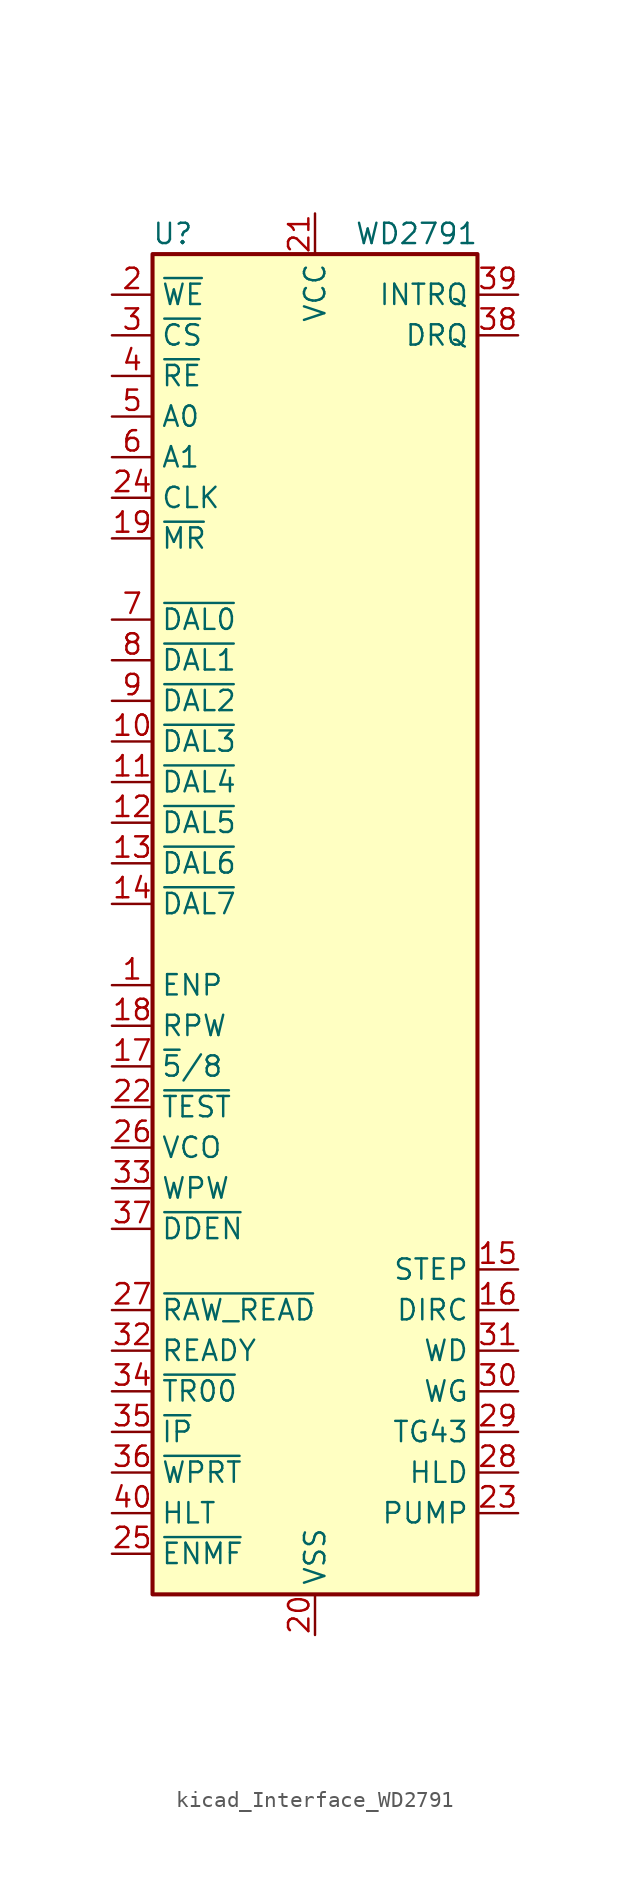
<source format=kicad_sym>
(kicad_symbol_lib
  (version 20220914)
  (generator kicad_symbol_editor)
  (symbol "kicad_Interface_WD2791"
    (property "Reference" "U"
      (at -8.89 44.45 0)
      (effects (font (size 1.27 1.27))))
    (property "Value" "WD2791"
      (at 6.35 44.45 0)
      (effects (font (size 1.27 1.27))))
    (symbol "kicad_Interface_WD2791_0_1"
      (rectangle (start -10.16 43.18) (end 10.16 -40.64) (stroke (width 0.254) (type default)) (fill (type background))))
    (symbol "kicad_Interface_WD2791_1_1"
      (pin input line (at -12.7 -2.54 0) (length 2.54) (name "ENP" (effects (font (size 1.27 1.27)))) (number "1" (effects (font (size 1.27 1.27)))))
      (pin tri_state line (at -12.7 12.7 0) (length 2.54) (name "~{DAL3}" (effects (font (size 1.27 1.27)))) (number "10" (effects (font (size 1.27 1.27)))))
      (pin tri_state line (at -12.7 10.16 0) (length 2.54) (name "~{DAL4}" (effects (font (size 1.27 1.27)))) (number "11" (effects (font (size 1.27 1.27)))))
      (pin tri_state line (at -12.7 7.62 0) (length 2.54) (name "~{DAL5}" (effects (font (size 1.27 1.27)))) (number "12" (effects (font (size 1.27 1.27)))))
      (pin tri_state line (at -12.7 5.08 0) (length 2.54) (name "~{DAL6}" (effects (font (size 1.27 1.27)))) (number "13" (effects (font (size 1.27 1.27)))))
      (pin tri_state line (at -12.7 2.54 0) (length 2.54) (name "~{DAL7}" (effects (font (size 1.27 1.27)))) (number "14" (effects (font (size 1.27 1.27)))))
      (pin output line (at 12.7 -20.32 180) (length 2.54) (name "STEP" (effects (font (size 1.27 1.27)))) (number "15" (effects (font (size 1.27 1.27)))))
      (pin output line (at 12.7 -22.86 180) (length 2.54) (name "DIRC" (effects (font (size 1.27 1.27)))) (number "16" (effects (font (size 1.27 1.27)))))
      (pin input line (at -12.7 -7.62 0) (length 2.54) (name "~{5}/8" (effects (font (size 1.27 1.27)))) (number "17" (effects (font (size 1.27 1.27)))))
      (pin input line (at -12.7 -5.08 0) (length 2.54) (name "RPW" (effects (font (size 1.27 1.27)))) (number "18" (effects (font (size 1.27 1.27)))))
      (pin input line (at -12.7 25.4 0) (length 2.54) (name "~{MR}" (effects (font (size 1.27 1.27)))) (number "19" (effects (font (size 1.27 1.27)))))
      (pin input line (at -12.7 40.64 0) (length 2.54) (name "~{WE}" (effects (font (size 1.27 1.27)))) (number "2" (effects (font (size 1.27 1.27)))))
      (pin power_in line (at 0 -43.18 90) (length 2.54) (name "VSS" (effects (font (size 1.27 1.27)))) (number "20" (effects (font (size 1.27 1.27)))))
      (pin power_in line (at 0 45.72 270) (length 2.54) (name "VCC" (effects (font (size 1.27 1.27)))) (number "21" (effects (font (size 1.27 1.27)))))
      (pin input line (at -12.7 -10.16 0) (length 2.54) (name "~{TEST}" (effects (font (size 1.27 1.27)))) (number "22" (effects (font (size 1.27 1.27)))))
      (pin output line (at 12.7 -35.56 180) (length 2.54) (name "PUMP" (effects (font (size 1.27 1.27)))) (number "23" (effects (font (size 1.27 1.27)))))
      (pin input line (at -12.7 27.94 0) (length 2.54) (name "CLK" (effects (font (size 1.27 1.27)))) (number "24" (effects (font (size 1.27 1.27)))))
      (pin input line (at -12.7 -38.1 0) (length 2.54) (name "~{ENMF}" (effects (font (size 1.27 1.27)))) (number "25" (effects (font (size 1.27 1.27)))))
      (pin input line (at -12.7 -12.7 0) (length 2.54) (name "VCO" (effects (font (size 1.27 1.27)))) (number "26" (effects (font (size 1.27 1.27)))))
      (pin input line (at -12.7 -22.86 0) (length 2.54) (name "~{RAW_READ}" (effects (font (size 1.27 1.27)))) (number "27" (effects (font (size 1.27 1.27)))))
      (pin output line (at 12.7 -33.02 180) (length 2.54) (name "HLD" (effects (font (size 1.27 1.27)))) (number "28" (effects (font (size 1.27 1.27)))))
      (pin output line (at 12.7 -30.48 180) (length 2.54) (name "TG43" (effects (font (size 1.27 1.27)))) (number "29" (effects (font (size 1.27 1.27)))))
      (pin input line (at -12.7 38.1 0) (length 2.54) (name "~{CS}" (effects (font (size 1.27 1.27)))) (number "3" (effects (font (size 1.27 1.27)))))
      (pin output line (at 12.7 -27.94 180) (length 2.54) (name "WG" (effects (font (size 1.27 1.27)))) (number "30" (effects (font (size 1.27 1.27)))))
      (pin output line (at 12.7 -25.4 180) (length 2.54) (name "WD" (effects (font (size 1.27 1.27)))) (number "31" (effects (font (size 1.27 1.27)))))
      (pin input line (at -12.7 -25.4 0) (length 2.54) (name "READY" (effects (font (size 1.27 1.27)))) (number "32" (effects (font (size 1.27 1.27)))))
      (pin input line (at -12.7 -15.24 0) (length 2.54) (name "WPW" (effects (font (size 1.27 1.27)))) (number "33" (effects (font (size 1.27 1.27)))))
      (pin input line (at -12.7 -27.94 0) (length 2.54) (name "~{TR00}" (effects (font (size 1.27 1.27)))) (number "34" (effects (font (size 1.27 1.27)))))
      (pin input line (at -12.7 -30.48 0) (length 2.54) (name "~{IP}" (effects (font (size 1.27 1.27)))) (number "35" (effects (font (size 1.27 1.27)))))
      (pin input line (at -12.7 -33.02 0) (length 2.54) (name "~{WPRT}" (effects (font (size 1.27 1.27)))) (number "36" (effects (font (size 1.27 1.27)))))
      (pin input line (at -12.7 -17.78 0) (length 2.54) (name "~{DDEN}" (effects (font (size 1.27 1.27)))) (number "37" (effects (font (size 1.27 1.27)))))
      (pin output line (at 12.7 38.1 180) (length 2.54) (name "DRQ" (effects (font (size 1.27 1.27)))) (number "38" (effects (font (size 1.27 1.27)))))
      (pin output line (at 12.7 40.64 180) (length 2.54) (name "INTRQ" (effects (font (size 1.27 1.27)))) (number "39" (effects (font (size 1.27 1.27)))))
      (pin input line (at -12.7 35.56 0) (length 2.54) (name "~{RE}" (effects (font (size 1.27 1.27)))) (number "4" (effects (font (size 1.27 1.27)))))
      (pin input line (at -12.7 -35.56 0) (length 2.54) (name "HLT" (effects (font (size 1.27 1.27)))) (number "40" (effects (font (size 1.27 1.27)))))
      (pin input line (at -12.7 33.02 0) (length 2.54) (name "A0" (effects (font (size 1.27 1.27)))) (number "5" (effects (font (size 1.27 1.27)))))
      (pin input line (at -12.7 30.48 0) (length 2.54) (name "A1" (effects (font (size 1.27 1.27)))) (number "6" (effects (font (size 1.27 1.27)))))
      (pin tri_state line (at -12.7 20.32 0) (length 2.54) (name "~{DAL0}" (effects (font (size 1.27 1.27)))) (number "7" (effects (font (size 1.27 1.27)))))
      (pin tri_state line (at -12.7 17.78 0) (length 2.54) (name "~{DAL1}" (effects (font (size 1.27 1.27)))) (number "8" (effects (font (size 1.27 1.27)))))
      (pin tri_state line (at -12.7 15.24 0) (length 2.54) (name "~{DAL2}" (effects (font (size 1.27 1.27)))) (number "9" (effects (font (size 1.27 1.27))))))))
</source>
